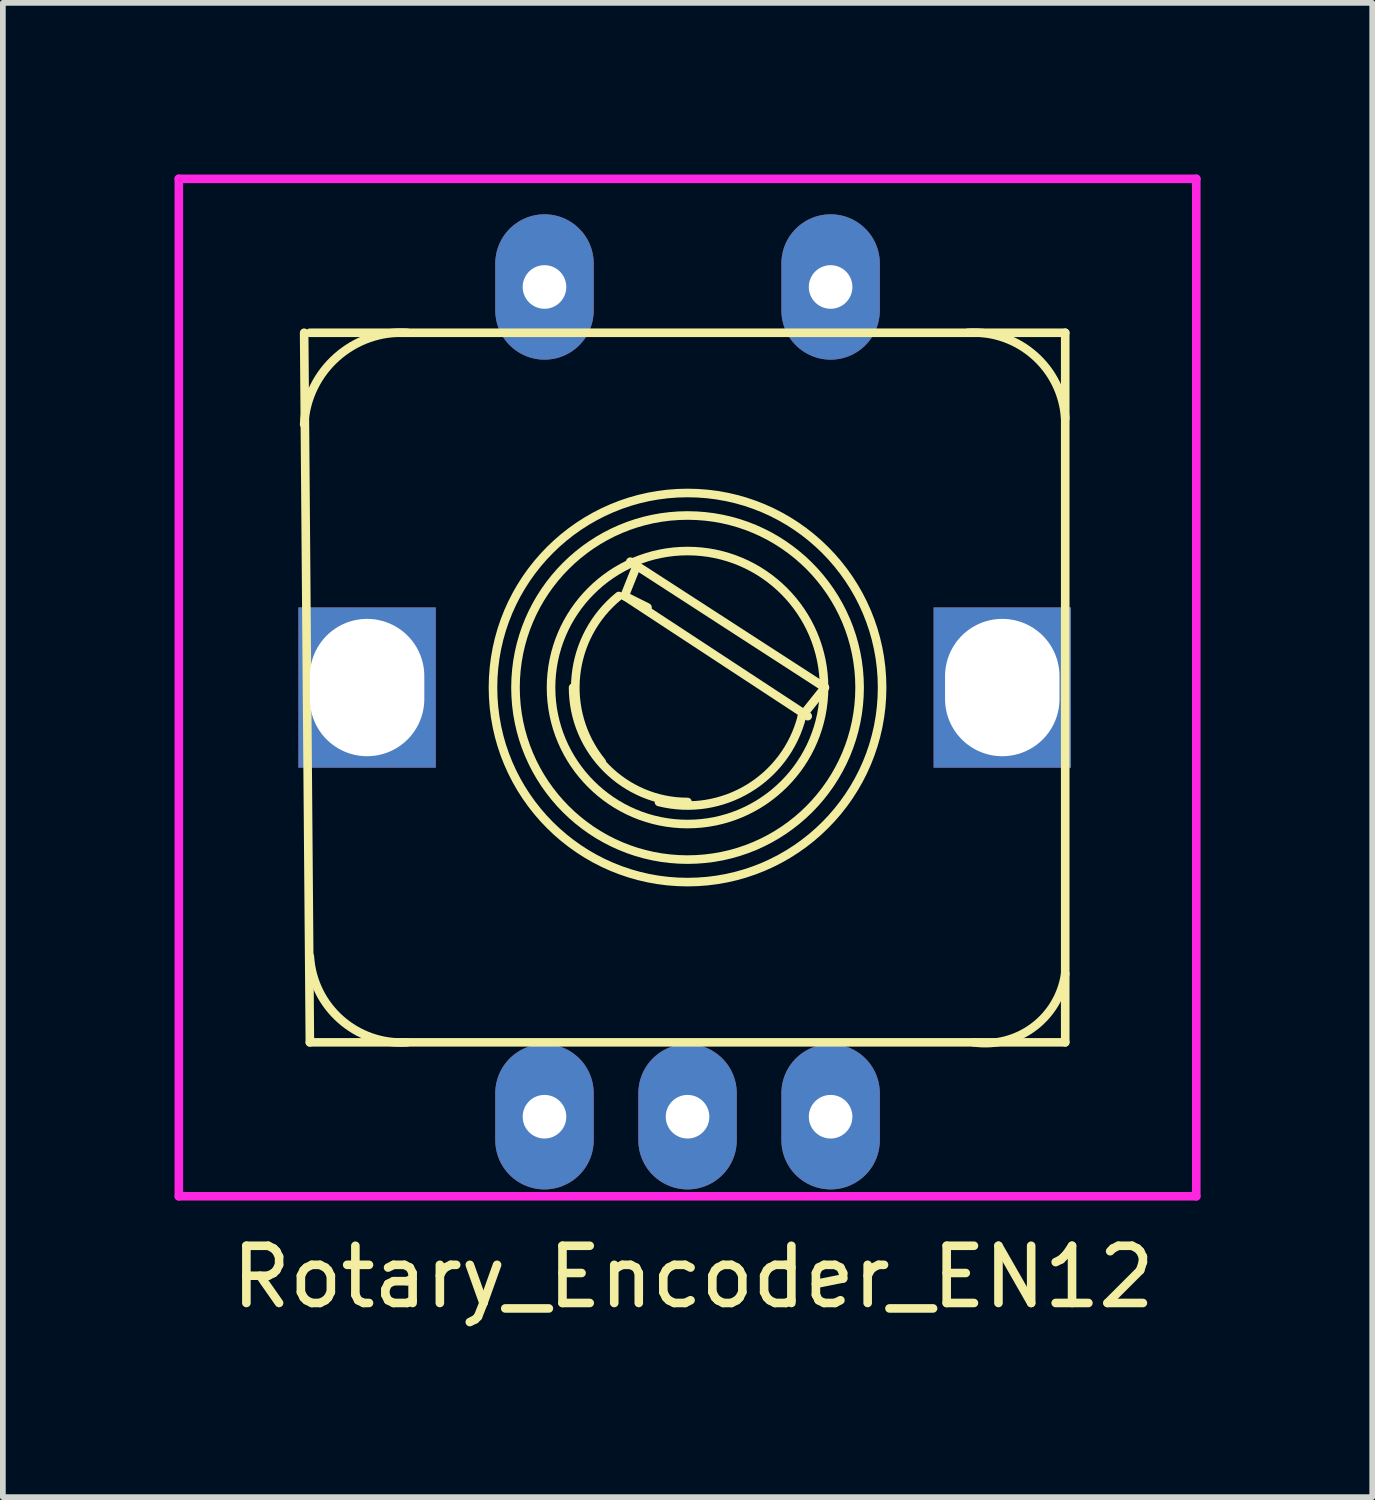
<source format=kicad_pcb>
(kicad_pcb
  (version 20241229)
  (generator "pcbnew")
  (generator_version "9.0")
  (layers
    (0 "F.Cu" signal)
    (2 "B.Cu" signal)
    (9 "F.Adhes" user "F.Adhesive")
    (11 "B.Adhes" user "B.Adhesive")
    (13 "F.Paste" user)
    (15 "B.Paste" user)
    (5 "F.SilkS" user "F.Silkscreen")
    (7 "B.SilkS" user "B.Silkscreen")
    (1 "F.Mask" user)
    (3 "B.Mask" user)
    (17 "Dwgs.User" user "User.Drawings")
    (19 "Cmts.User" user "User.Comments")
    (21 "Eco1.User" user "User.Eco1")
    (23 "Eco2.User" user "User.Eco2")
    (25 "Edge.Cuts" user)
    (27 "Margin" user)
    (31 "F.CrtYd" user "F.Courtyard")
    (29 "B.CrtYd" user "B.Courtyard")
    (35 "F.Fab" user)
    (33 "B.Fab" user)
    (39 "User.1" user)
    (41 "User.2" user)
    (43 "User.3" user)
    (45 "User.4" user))
  (footprint "Rotary_Encoder_EN12"
    (layer "F.Cu")
    (at 8.965 8.965)
    (property "Reference" "Rotary_Encoder_EN12" (at 0.1 10.3 0) (layer "F.SilkS") (effects (font (size 1 1) (thickness 0.15))))
    (attr through_hole)
    (fp_line (start -6.6 -6.2) (end 6.6 -6.2) (stroke (width 0.15) (type solid)) (layer "F.SilkS"))
    (fp_line (start -6.6 6.2) (end -6.7 -6.2) (stroke (width 0.15) (type solid)) (layer "F.SilkS"))
    (fp_line (start -1.1 -1.6) (end 2.1 0.5) (stroke (width 0.15) (type solid)) (layer "F.SilkS"))
    (fp_line (start -1 -2.2) (end 2.4 0) (stroke (width 0.15) (type solid)) (layer "F.SilkS"))
    (fp_line (start -0.9 -2.1) (end -1.1 -1.6) (stroke (width 0.15) (type solid)) (layer "F.SilkS"))
    (fp_line (start -0.7 -1.4) (end -1.1 -1.6) (stroke (width 0.15) (type solid)) (layer "F.SilkS"))
    (fp_line (start 2.4 0) (end 2 0.5) (stroke (width 0.15) (type solid)) (layer "F.SilkS"))
    (fp_line (start 6.6 -6.2) (end 6.6 6.2) (stroke (width 0.15) (type solid)) (layer "F.SilkS"))
    (fp_line (start 6.6 6.2) (end -6.6 6.2) (stroke (width 0.15) (type solid)) (layer "F.SilkS"))
    (fp_arc (start -6.7 -4.6) (mid -6.131371 -5.772792) (end -4.9 -6.2) (stroke (width 0.15) (type solid)) (layer "F.SilkS"))
    (fp_arc (start -4.9 6.2) (mid -6.06066 5.802082) (end -6.6 4.7) (stroke (width 0.15) (type solid)) (layer "F.SilkS"))
    (fp_arc (start -1.5 1.3) (mid -1.95061 -0.212132) (end -1.2 -1.6) (stroke (width 0.15) (type solid)) (layer "F.SilkS"))
    (fp_arc (start 0 2) (mid -1.414214 1.414214) (end -2 0) (stroke (width 0.15) (type solid)) (layer "F.SilkS"))
    (fp_arc (start 2 0.5) (mid 1.06066 1.767767) (end -0.5 2) (stroke (width 0.15) (type solid)) (layer "F.SilkS"))
    (fp_arc (start 4.9 -6.2) (mid 6.06066 -5.802082) (end 6.6 -4.7) (stroke (width 0.15) (type solid)) (layer "F.SilkS"))
    (fp_arc (start 6.6 5) (mid 6.048528 5.931371) (end 5 6.2) (stroke (width 0.15) (type solid)) (layer "F.SilkS"))
    (fp_circle (center 0 0) (end 2 -1.3) (stroke (width 0.15) (type solid)) (fill no) (layer "F.SilkS"))
    (fp_circle (center 0 0) (end 3 -0.2) (stroke (width 0.15) (type solid)) (fill no) (layer "F.SilkS"))
    (fp_circle (center 0 0) (end 3.4 0) (stroke (width 0.15) (type solid)) (fill no) (layer "F.SilkS"))
    (fp_line (start -8.89 -8.89) (end 8.89 -8.89) (stroke (width 0.15) (type solid)) (layer "F.CrtYd"))
    (fp_line (start -8.89 8.89) (end -8.89 -8.89) (stroke (width 0.15) (type solid)) (layer "F.CrtYd"))
    (fp_line (start 8.89 -8.89) (end 8.89 8.89) (stroke (width 0.15) (type solid)) (layer "F.CrtYd"))
    (fp_line (start 8.89 8.89) (end -8.89 8.89) (stroke (width 0.15) (type solid)) (layer "F.CrtYd"))
    (pad "A" thru_hole oval (at -2.5 7.5) (size 1.72 2.54) (drill 0.762) (layers "*.Cu" "*.Mask"))
    (pad "B" thru_hole oval (at 2.5 7.5) (size 1.72 2.54) (drill 0.762) (layers "*.Cu" "*.Mask"))
    (pad "C" thru_hole oval (at 0 7.5) (size 1.72 2.54) (drill 0.762) (layers "*.Cu" "*.Mask"))
    (pad "D" thru_hole oval (at -2.5 -7) (size 1.72 2.54) (drill 0.762) (layers "*.Cu" "*.Mask"))
    (pad "E" thru_hole oval (at 2.5 -7) (size 1.72 2.54) (drill 0.762) (layers "*.Cu" "*.Mask"))
    (pad "GND" thru_hole rect (at -5.6 0) (size 2.4 2.8) (drill oval 2 2.4) (layers "*.Cu" "*.Mask"))
    (pad "GND" thru_hole rect (at 5.5 0) (size 2.4 2.8) (drill oval 2 2.4) (layers "*.Cu" "*.Mask")))
  (gr_rect
    (start -3 -3)
    (end 20.93 23.113)
    (stroke (width 0.1) (type default))
    (fill no)
    (layer "Edge.Cuts")))
</source>
